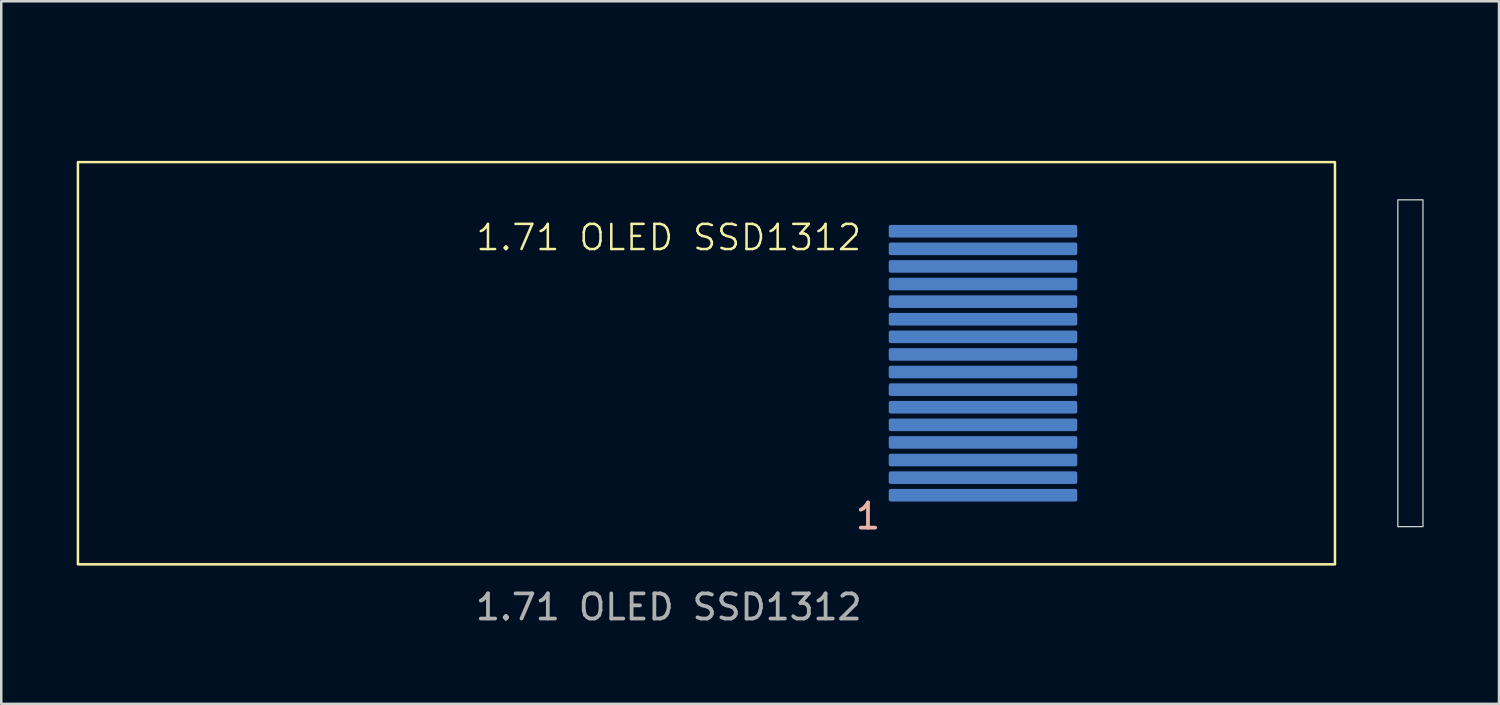
<source format=kicad_pcb>
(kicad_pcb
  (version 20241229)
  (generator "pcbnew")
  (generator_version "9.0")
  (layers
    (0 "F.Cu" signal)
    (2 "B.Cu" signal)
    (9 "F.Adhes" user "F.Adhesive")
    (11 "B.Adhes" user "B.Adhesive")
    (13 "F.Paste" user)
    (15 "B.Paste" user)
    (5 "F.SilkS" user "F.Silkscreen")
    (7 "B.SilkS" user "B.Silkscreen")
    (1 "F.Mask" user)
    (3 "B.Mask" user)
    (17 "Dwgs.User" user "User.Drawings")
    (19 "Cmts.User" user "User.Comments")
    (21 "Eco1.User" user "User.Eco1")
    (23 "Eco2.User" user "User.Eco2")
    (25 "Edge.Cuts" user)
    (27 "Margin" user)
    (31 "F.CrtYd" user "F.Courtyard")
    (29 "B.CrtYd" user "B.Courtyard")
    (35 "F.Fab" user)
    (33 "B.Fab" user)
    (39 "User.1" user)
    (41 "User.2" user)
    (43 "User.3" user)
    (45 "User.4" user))
  (footprint "1.71 OLED SSD1312"
    (layer "F.Cu")
    (at 23.55 11.398)
    (property "Reference" "1.71 OLED SSD1312" (at 0 -5 0) (unlocked yes) (layer "F.SilkS") (effects (font (size 1 1) (thickness 0.1))))
    (attr smd)
    (fp_rect (start -23.5 -8) (end 26.5 8) (stroke (width 0.1) (type default)) (fill no) (layer "F.SilkS"))
    (fp_rect (start 29 -6.5) (end 30 6.5) (stroke (width 0.05) (type default)) (fill no) (layer "Edge.Cuts"))
    (fp_line (start 12.5 -7.5) (end 12.5 7.5) (stroke (width 0.1) (type default)) (layer "User.1"))
    (fp_line (start 29.5 7.5) (end 29.5 -7.5) (stroke (width 0.1) (type default)) (layer "User.1"))
    (fp_rect (start -21.5 -6.25) (end 21.5 6.5) (stroke (width 0.1) (type default)) (fill no) (layer "User.1"))
    (fp_text user "1" (at 8.5 5.5 0) (unlocked yes) (layer "B.SilkS") (effects (font (size 1 1) (thickness 0.15)) (justify right top)))
    (fp_text user "${REFERENCE}" (at 0 9.7 0) (unlocked yes) (layer "F.Fab") (effects (font (size 1 1) (thickness 0.15))))
    (dimension (type orthogonal) (layer "User.1") (pts (xy 36.05 3.898) (xy 53.05 3.898)) (height -1.9) (orientation 0) (format (prefix "") (suffix "") (units 3) (units_format 0) (precision 4) (suppress_zeroes yes)) (style (thickness 0.1) (arrow_length 1.27) (text_position_mode 0) (arrow_direction outward) (extension_height 0.586) (extension_offset 0.5) (keep_text_aligned yes)) (gr_text "17" (at 44.55 0.848 0) (layer "User.1") (effects (font (size 1 1) (thickness 0.15)))))
    (dimension (type orthogonal) (layer "User.1") (pts (xy 36.05 6.148) (xy 36.05 16.648)) (height 6.3) (orientation 1) (format (prefix "") (suffix "") (units 3) (units_format 0) (precision 4) (suppress_zeroes yes)) (style (thickness 0.1) (arrow_length 1.27) (text_position_mode 0) (arrow_direction outward) (extension_height 0.586) (extension_offset 0.5) (keep_text_aligned yes)) (gr_text "10.5" (at 41.2 11.398 90) (layer "User.1") (effects (font (size 1 1) (thickness 0.15)))))
    (pad "1" smd roundrect (at 12.5 5.25 180) (size 7.5 0.5) (layers "B.Cu" "B.Mask" "B.Paste") (roundrect_rratio 0.15))
    (pad "2" smd roundrect (at 12.5 4.55 180) (size 7.5 0.5) (layers "B.Cu" "B.Mask" "B.Paste") (roundrect_rratio 0.15))
    (pad "3" smd roundrect (at 12.5 3.85 180) (size 7.5 0.5) (layers "B.Cu" "B.Mask" "B.Paste") (roundrect_rratio 0.15))
    (pad "4" smd roundrect (at 12.5 3.15 180) (size 7.5 0.5) (layers "B.Cu" "B.Mask" "B.Paste") (roundrect_rratio 0.15))
    (pad "5" smd roundrect (at 12.5 2.45 180) (size 7.5 0.5) (layers "B.Cu" "B.Mask" "B.Paste") (roundrect_rratio 0.15))
    (pad "6" smd roundrect (at 12.5 1.75 180) (size 7.5 0.5) (layers "B.Cu" "B.Mask" "B.Paste") (roundrect_rratio 0.15))
    (pad "7" smd roundrect (at 12.5 1.05 180) (size 7.5 0.5) (layers "B.Cu" "B.Mask" "B.Paste") (roundrect_rratio 0.15))
    (pad "8" smd roundrect (at 12.5 0.35 180) (size 7.5 0.5) (layers "B.Cu" "B.Mask" "B.Paste") (roundrect_rratio 0.15))
    (pad "9" smd roundrect (at 12.5 -0.35 180) (size 7.5 0.5) (layers "B.Cu" "B.Mask" "B.Paste") (roundrect_rratio 0.15))
    (pad "10" smd roundrect (at 12.5 -1.05 180) (size 7.5 0.5) (layers "B.Cu" "B.Mask" "B.Paste") (roundrect_rratio 0.15))
    (pad "11" smd roundrect (at 12.5 -1.75 180) (size 7.5 0.5) (layers "B.Cu" "B.Mask" "B.Paste") (roundrect_rratio 0.15))
    (pad "12" smd roundrect (at 12.5 -2.45 180) (size 7.5 0.5) (layers "B.Cu" "B.Mask" "B.Paste") (roundrect_rratio 0.15))
    (pad "13" smd roundrect (at 12.5 -3.15 180) (size 7.5 0.5) (layers "B.Cu" "B.Mask" "B.Paste") (roundrect_rratio 0.15))
    (pad "14" smd roundrect (at 12.5 -3.85 180) (size 7.5 0.5) (layers "B.Cu" "B.Mask" "B.Paste") (roundrect_rratio 0.15))
    (pad "15" smd roundrect (at 12.5 -4.55 180) (size 7.5 0.5) (layers "B.Cu" "B.Mask" "B.Paste") (roundrect_rratio 0.15))
    (pad "16" smd roundrect (at 12.5 -5.25 180) (size 7.5 0.5) (layers "B.Cu" "B.Mask" "B.Paste") (roundrect_rratio 0.15)))
  (gr_rect
    (start -3 -3)
    (end 56.575 24.947)
    (stroke (width 0.1) (type default))
    (fill no)
    (layer "Edge.Cuts")))
</source>
